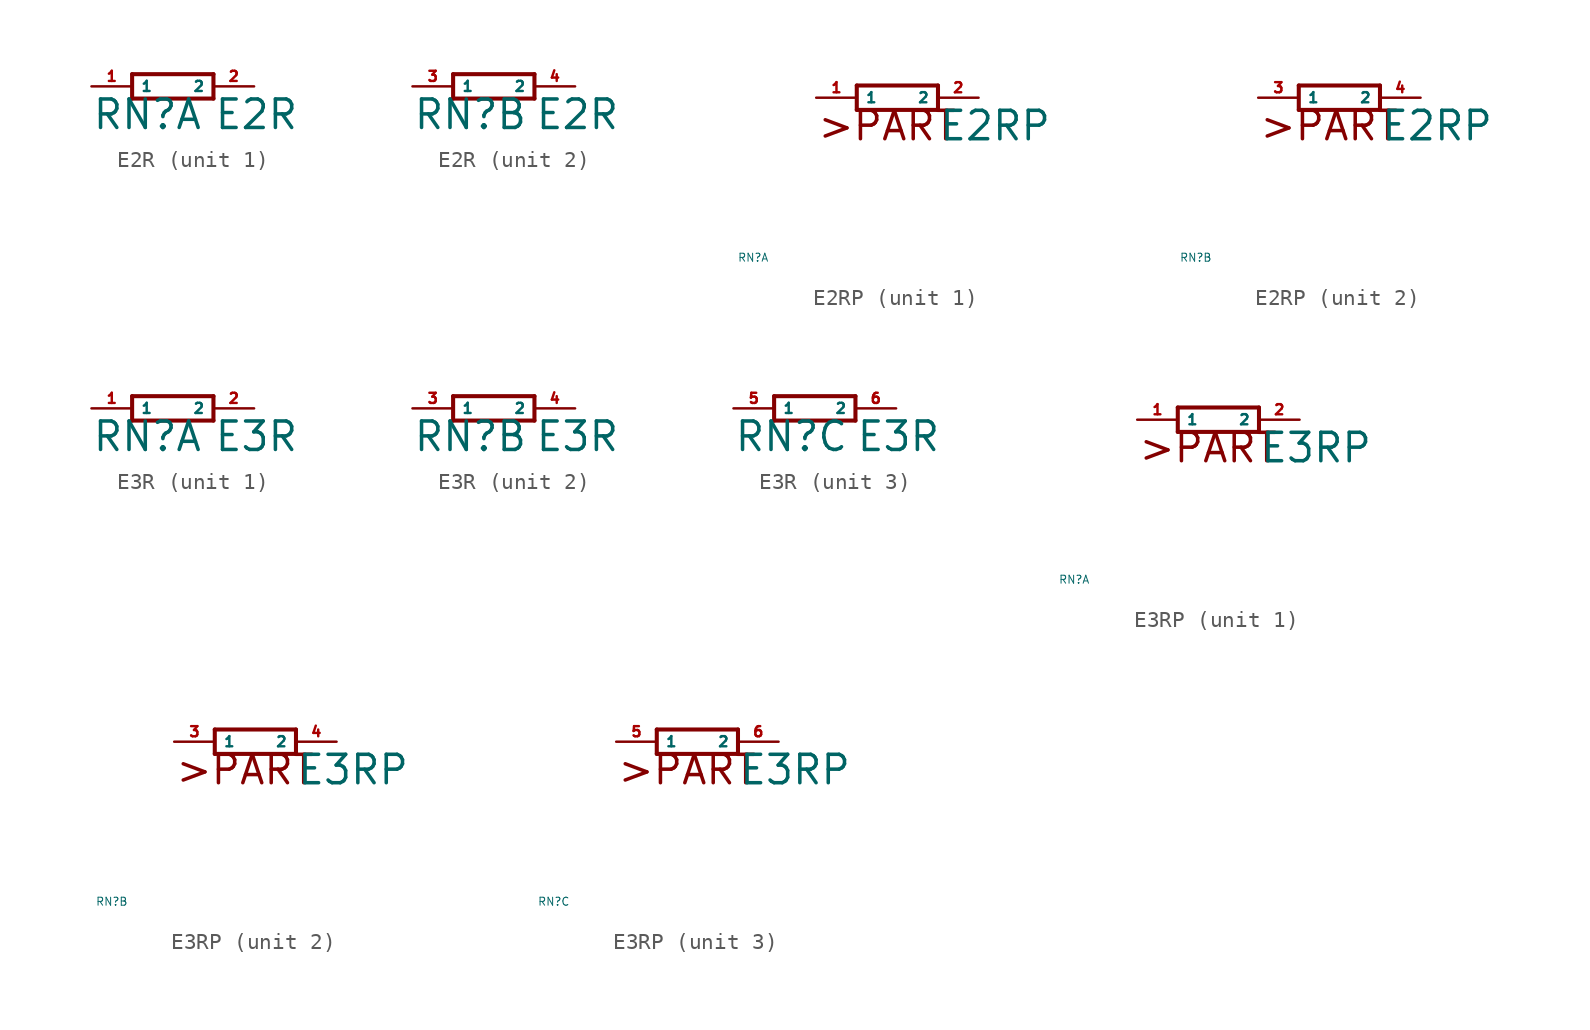
<source format=kicad_sym>
(kicad_symbol_lib
  (version 20220914)
  (generator Eagle2Kicad)
  (symbol "E2R"
    (property "Reference" "RN"
      (at -5.08 -2.794 0)
      (effects (font (size 1.778 1.778) (thickness 0.22)) (justify left bottom)))
    (property "Value" "E2R"
      (at 2.54 -2.794 0)
      (effects (font (size 1.778 1.778) (thickness 0.22)) (justify left bottom)))
    (symbol "E2R_1_0"
      (polyline (pts (xy -2.54 -0.762) (xy 2.54 -0.762)) (stroke (width 0.254) (type default)) (fill (type none)))
      (polyline (pts (xy 2.54 0.762) (xy -2.54 0.762)) (stroke (width 0.254) (type default)) (fill (type none)))
      (polyline (pts (xy 2.54 -0.762) (xy 2.54 0.762)) (stroke (width 0.254) (type default)) (fill (type none)))
      (polyline (pts (xy -2.54 0.762) (xy -2.54 -0.762)) (stroke (width 0.254) (type default)) (fill (type none)))
      (pin passive line (at -5.08 0 0) (length 2.54) (name "1" (effects (font (size 0.635 0.635) (thickness 0.08)) (justify left bottom))) (number "1" (effects (font (size 0.635 0.635) (thickness 0.08)) (justify left bottom))))
      (pin passive line (at 5.08 0 180) (length 2.54) (name "2" (effects (font (size 0.635 0.635) (thickness 0.08)) (justify left bottom))) (number "2" (effects (font (size 0.635 0.635) (thickness 0.08)) (justify left bottom)))))
    (symbol "E2R_2_0"
      (polyline (pts (xy -2.54 -0.762) (xy 2.54 -0.762)) (stroke (width 0.254) (type default)) (fill (type none)))
      (polyline (pts (xy 2.54 0.762) (xy -2.54 0.762)) (stroke (width 0.254) (type default)) (fill (type none)))
      (polyline (pts (xy 2.54 -0.762) (xy 2.54 0.762)) (stroke (width 0.254) (type default)) (fill (type none)))
      (polyline (pts (xy -2.54 0.762) (xy -2.54 -0.762)) (stroke (width 0.254) (type default)) (fill (type none)))
      (pin passive line (at -5.08 0 0) (length 2.54) (name "1" (effects (font (size 0.635 0.635) (thickness 0.08)) (justify left bottom))) (number "3" (effects (font (size 0.635 0.635) (thickness 0.08)) (justify left bottom))))
      (pin passive line (at 5.08 0 180) (length 2.54) (name "2" (effects (font (size 0.635 0.635) (thickness 0.08)) (justify left bottom))) (number "4" (effects (font (size 0.635 0.635) (thickness 0.08)) (justify left bottom))))))
  (symbol "E2RP"
    (property "Reference" "RN"
      (at -10 -10 0)
      (effects (font (size 0.5 0.5) (thickness 0.06)) (justify left)))
    (property "Value" "E2RP"
      (at 2.54 -2.794 0)
      (effects (font (size 1.778 1.778) (thickness 0.22)) (justify left bottom)))
    (symbol "E2RP_1_0"
      (polyline (pts (xy -2.54 -0.762) (xy 2.54 -0.762)) (stroke (width 0.254) (type default)) (fill (type none)))
      (polyline (pts (xy 2.54 0.762) (xy -2.54 0.762)) (stroke (width 0.254) (type default)) (fill (type none)))
      (polyline (pts (xy 2.54 -0.762) (xy 2.54 0.762)) (stroke (width 0.254) (type default)) (fill (type none)))
      (polyline (pts (xy -2.54 0.762) (xy -2.54 -0.762)) (stroke (width 0.254) (type default)) (fill (type none)))
      (text ">PART" (at -5.08 -2.794 0) (effects (font (size 1.778 1.778) (thickness 0.22)) (justify left bottom)))
      (pin passive line (at -5.08 0 0) (length 2.54) (name "1" (effects (font (size 0.635 0.635) (thickness 0.08)) (justify left bottom))) (number "1" (effects (font (size 0.635 0.635) (thickness 0.08)) (justify left bottom))))
      (pin passive line (at 5.08 0 180) (length 2.54) (name "2" (effects (font (size 0.635 0.635) (thickness 0.08)) (justify left bottom))) (number "2" (effects (font (size 0.635 0.635) (thickness 0.08)) (justify left bottom)))))
    (symbol "E2RP_2_0"
      (polyline (pts (xy -2.54 -0.762) (xy 2.54 -0.762)) (stroke (width 0.254) (type default)) (fill (type none)))
      (polyline (pts (xy 2.54 0.762) (xy -2.54 0.762)) (stroke (width 0.254) (type default)) (fill (type none)))
      (polyline (pts (xy 2.54 -0.762) (xy 2.54 0.762)) (stroke (width 0.254) (type default)) (fill (type none)))
      (polyline (pts (xy -2.54 0.762) (xy -2.54 -0.762)) (stroke (width 0.254) (type default)) (fill (type none)))
      (text ">PART" (at -5.08 -2.794 0) (effects (font (size 1.778 1.778) (thickness 0.22)) (justify left bottom)))
      (pin passive line (at -5.08 0 0) (length 2.54) (name "1" (effects (font (size 0.635 0.635) (thickness 0.08)) (justify left bottom))) (number "3" (effects (font (size 0.635 0.635) (thickness 0.08)) (justify left bottom))))
      (pin passive line (at 5.08 0 180) (length 2.54) (name "2" (effects (font (size 0.635 0.635) (thickness 0.08)) (justify left bottom))) (number "4" (effects (font (size 0.635 0.635) (thickness 0.08)) (justify left bottom))))))
  (symbol "E3R"
    (property "Reference" "RN"
      (at -5.08 -2.794 0)
      (effects (font (size 1.778 1.778) (thickness 0.22)) (justify left bottom)))
    (property "Value" "E3R"
      (at 2.54 -2.794 0)
      (effects (font (size 1.778 1.778) (thickness 0.22)) (justify left bottom)))
    (symbol "E3R_1_0"
      (polyline (pts (xy -2.54 -0.762) (xy 2.54 -0.762)) (stroke (width 0.254) (type default)) (fill (type none)))
      (polyline (pts (xy 2.54 0.762) (xy -2.54 0.762)) (stroke (width 0.254) (type default)) (fill (type none)))
      (polyline (pts (xy 2.54 -0.762) (xy 2.54 0.762)) (stroke (width 0.254) (type default)) (fill (type none)))
      (polyline (pts (xy -2.54 0.762) (xy -2.54 -0.762)) (stroke (width 0.254) (type default)) (fill (type none)))
      (pin passive line (at -5.08 0 0) (length 2.54) (name "1" (effects (font (size 0.635 0.635) (thickness 0.08)) (justify left bottom))) (number "1" (effects (font (size 0.635 0.635) (thickness 0.08)) (justify left bottom))))
      (pin passive line (at 5.08 0 180) (length 2.54) (name "2" (effects (font (size 0.635 0.635) (thickness 0.08)) (justify left bottom))) (number "2" (effects (font (size 0.635 0.635) (thickness 0.08)) (justify left bottom)))))
    (symbol "E3R_2_0"
      (polyline (pts (xy -2.54 -0.762) (xy 2.54 -0.762)) (stroke (width 0.254) (type default)) (fill (type none)))
      (polyline (pts (xy 2.54 0.762) (xy -2.54 0.762)) (stroke (width 0.254) (type default)) (fill (type none)))
      (polyline (pts (xy 2.54 -0.762) (xy 2.54 0.762)) (stroke (width 0.254) (type default)) (fill (type none)))
      (polyline (pts (xy -2.54 0.762) (xy -2.54 -0.762)) (stroke (width 0.254) (type default)) (fill (type none)))
      (pin passive line (at -5.08 0 0) (length 2.54) (name "1" (effects (font (size 0.635 0.635) (thickness 0.08)) (justify left bottom))) (number "3" (effects (font (size 0.635 0.635) (thickness 0.08)) (justify left bottom))))
      (pin passive line (at 5.08 0 180) (length 2.54) (name "2" (effects (font (size 0.635 0.635) (thickness 0.08)) (justify left bottom))) (number "4" (effects (font (size 0.635 0.635) (thickness 0.08)) (justify left bottom)))))
    (symbol "E3R_3_0"
      (polyline (pts (xy -2.54 -0.762) (xy 2.54 -0.762)) (stroke (width 0.254) (type default)) (fill (type none)))
      (polyline (pts (xy 2.54 0.762) (xy -2.54 0.762)) (stroke (width 0.254) (type default)) (fill (type none)))
      (polyline (pts (xy 2.54 -0.762) (xy 2.54 0.762)) (stroke (width 0.254) (type default)) (fill (type none)))
      (polyline (pts (xy -2.54 0.762) (xy -2.54 -0.762)) (stroke (width 0.254) (type default)) (fill (type none)))
      (pin passive line (at -5.08 0 0) (length 2.54) (name "1" (effects (font (size 0.635 0.635) (thickness 0.08)) (justify left bottom))) (number "5" (effects (font (size 0.635 0.635) (thickness 0.08)) (justify left bottom))))
      (pin passive line (at 5.08 0 180) (length 2.54) (name "2" (effects (font (size 0.635 0.635) (thickness 0.08)) (justify left bottom))) (number "6" (effects (font (size 0.635 0.635) (thickness 0.08)) (justify left bottom))))))
  (symbol "E3RP"
    (property "Reference" "RN"
      (at -10 -10 0)
      (effects (font (size 0.5 0.5) (thickness 0.06)) (justify left)))
    (property "Value" "E3RP"
      (at 2.54 -2.794 0)
      (effects (font (size 1.778 1.778) (thickness 0.22)) (justify left bottom)))
    (symbol "E3RP_1_0"
      (polyline (pts (xy -2.54 -0.762) (xy 2.54 -0.762)) (stroke (width 0.254) (type default)) (fill (type none)))
      (polyline (pts (xy 2.54 0.762) (xy -2.54 0.762)) (stroke (width 0.254) (type default)) (fill (type none)))
      (polyline (pts (xy 2.54 -0.762) (xy 2.54 0.762)) (stroke (width 0.254) (type default)) (fill (type none)))
      (polyline (pts (xy -2.54 0.762) (xy -2.54 -0.762)) (stroke (width 0.254) (type default)) (fill (type none)))
      (text ">PART" (at -5.08 -2.794 0) (effects (font (size 1.778 1.778) (thickness 0.22)) (justify left bottom)))
      (pin passive line (at -5.08 0 0) (length 2.54) (name "1" (effects (font (size 0.635 0.635) (thickness 0.08)) (justify left bottom))) (number "1" (effects (font (size 0.635 0.635) (thickness 0.08)) (justify left bottom))))
      (pin passive line (at 5.08 0 180) (length 2.54) (name "2" (effects (font (size 0.635 0.635) (thickness 0.08)) (justify left bottom))) (number "2" (effects (font (size 0.635 0.635) (thickness 0.08)) (justify left bottom)))))
    (symbol "E3RP_2_0"
      (polyline (pts (xy -2.54 -0.762) (xy 2.54 -0.762)) (stroke (width 0.254) (type default)) (fill (type none)))
      (polyline (pts (xy 2.54 0.762) (xy -2.54 0.762)) (stroke (width 0.254) (type default)) (fill (type none)))
      (polyline (pts (xy 2.54 -0.762) (xy 2.54 0.762)) (stroke (width 0.254) (type default)) (fill (type none)))
      (polyline (pts (xy -2.54 0.762) (xy -2.54 -0.762)) (stroke (width 0.254) (type default)) (fill (type none)))
      (text ">PART" (at -5.08 -2.794 0) (effects (font (size 1.778 1.778) (thickness 0.22)) (justify left bottom)))
      (pin passive line (at -5.08 0 0) (length 2.54) (name "1" (effects (font (size 0.635 0.635) (thickness 0.08)) (justify left bottom))) (number "3" (effects (font (size 0.635 0.635) (thickness 0.08)) (justify left bottom))))
      (pin passive line (at 5.08 0 180) (length 2.54) (name "2" (effects (font (size 0.635 0.635) (thickness 0.08)) (justify left bottom))) (number "4" (effects (font (size 0.635 0.635) (thickness 0.08)) (justify left bottom)))))
    (symbol "E3RP_3_0"
      (polyline (pts (xy -2.54 -0.762) (xy 2.54 -0.762)) (stroke (width 0.254) (type default)) (fill (type none)))
      (polyline (pts (xy 2.54 0.762) (xy -2.54 0.762)) (stroke (width 0.254) (type default)) (fill (type none)))
      (polyline (pts (xy 2.54 -0.762) (xy 2.54 0.762)) (stroke (width 0.254) (type default)) (fill (type none)))
      (polyline (pts (xy -2.54 0.762) (xy -2.54 -0.762)) (stroke (width 0.254) (type default)) (fill (type none)))
      (text ">PART" (at -5.08 -2.794 0) (effects (font (size 1.778 1.778) (thickness 0.22)) (justify left bottom)))
      (pin passive line (at -5.08 0 0) (length 2.54) (name "1" (effects (font (size 0.635 0.635) (thickness 0.08)) (justify left bottom))) (number "5" (effects (font (size 0.635 0.635) (thickness 0.08)) (justify left bottom))))
      (pin passive line (at 5.08 0 180) (length 2.54) (name "2" (effects (font (size 0.635 0.635) (thickness 0.08)) (justify left bottom))) (number "6" (effects (font (size 0.635 0.635) (thickness 0.08)) (justify left bottom)))))))
</source>
